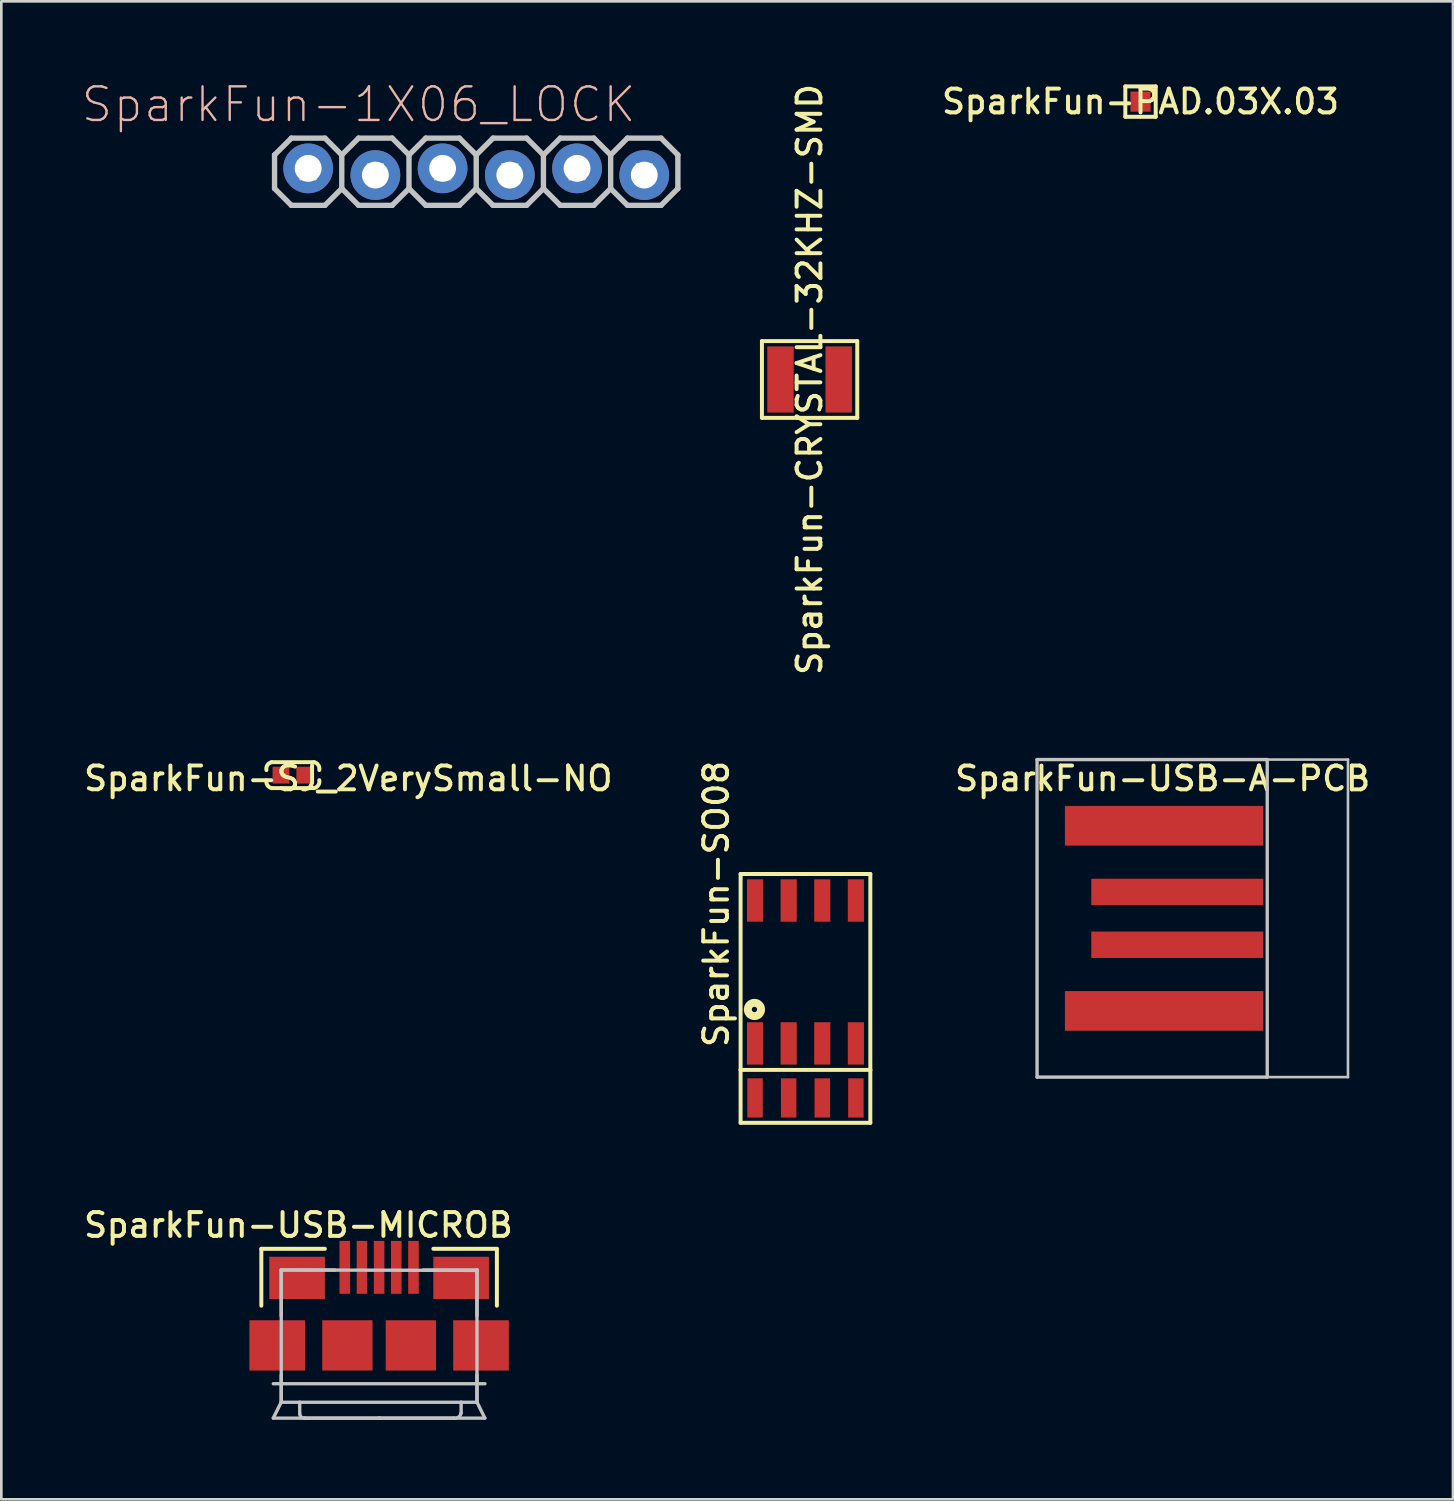
<source format=kicad_pcb>
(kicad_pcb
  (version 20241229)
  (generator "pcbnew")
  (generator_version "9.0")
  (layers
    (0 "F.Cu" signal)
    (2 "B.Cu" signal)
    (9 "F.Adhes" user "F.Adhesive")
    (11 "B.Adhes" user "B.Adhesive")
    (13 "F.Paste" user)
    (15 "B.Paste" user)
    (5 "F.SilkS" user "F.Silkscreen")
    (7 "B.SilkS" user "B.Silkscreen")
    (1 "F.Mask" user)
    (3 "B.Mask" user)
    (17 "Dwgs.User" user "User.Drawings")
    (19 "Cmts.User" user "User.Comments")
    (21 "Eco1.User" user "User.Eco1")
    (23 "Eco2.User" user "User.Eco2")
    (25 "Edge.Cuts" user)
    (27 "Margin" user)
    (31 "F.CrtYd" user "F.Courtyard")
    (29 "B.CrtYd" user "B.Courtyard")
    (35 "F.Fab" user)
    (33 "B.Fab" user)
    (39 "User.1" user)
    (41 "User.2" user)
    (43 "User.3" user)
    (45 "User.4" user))
  (footprint "SparkFun-USB-A-PCB"
    (layer "F.Cu")
    (at 41.135 31.65)
    (property "Reference" "SparkFun-USB-A-PCB" (at -0.254 -5.283 0) (layer "F.SilkS") (effects (font (size 0.899 0.899) (thickness 0.15))))
    (attr exclude_from_pos_files exclude_from_bom)
    (fp_line (start -4.999 -5.999) (end 3.698 -5.999) (stroke (width 0.127) (type solid)) (layer "Dwgs.User"))
    (fp_line (start -4.999 5.999) (end -4.999 -5.999) (stroke (width 0.127) (type solid)) (layer "Dwgs.User"))
    (fp_line (start 3.698 -5.999) (end 3.698 5.999) (stroke (width 0.127) (type solid)) (layer "Dwgs.User"))
    (fp_line (start 3.698 5.999) (end -4.999 5.999) (stroke (width 0.127) (type solid)) (layer "Dwgs.User"))
    (fp_line (start 3.749 5.999) (end 6.749 5.999) (stroke (width 0.099) (type solid)) (layer "Dwgs.User"))
    (fp_line (start 6.749 -5.999) (end 3.749 -5.999) (stroke (width 0.099) (type solid)) (layer "Dwgs.User"))
    (fp_line (start 6.749 5.999) (end 6.749 -5.999) (stroke (width 0.099) (type solid)) (layer "Dwgs.User"))
    (pad "1" smd rect (at -0.198 3.498) (size 7.498 1.499) (layers "F.Cu" "F.Mask" "F.Paste"))
    (pad "2" smd rect (at 0.3 0.998) (size 6.5 0.998) (layers "F.Cu" "F.Mask" "F.Paste"))
    (pad "3" smd rect (at 0.3 -0.998) (size 6.5 0.998) (layers "F.Cu" "F.Mask" "F.Paste"))
    (pad "4" smd rect (at -0.198 -3.498) (size 7.498 1.499) (layers "F.Cu" "F.Mask" "F.Paste")))
  (footprint "SparkFun-USB-MICROB"
    (layer "F.Cu")
    (at 11.275 47.787)
    (property "Reference" "SparkFun-USB-MICROB" (at -3.048 -4.547 0) (layer "F.SilkS") (effects (font (size 0.899 0.899) (thickness 0.15))))
    (attr smd)
    (fp_line (start -4.45 -3.65) (end -4.45 -1.501) (stroke (width 0.15) (type solid)) (layer "F.SilkS"))
    (fp_line (start -2.05 -3.65) (end -4.45 -3.65) (stroke (width 0.15) (type solid)) (layer "F.SilkS"))
    (fp_line (start 2.05 -3.65) (end 4.45 -3.65) (stroke (width 0.15) (type solid)) (layer "F.SilkS"))
    (fp_line (start 4.45 -3.65) (end 4.45 -1.501) (stroke (width 0.15) (type solid)) (layer "F.SilkS"))
    (fp_line (start -3.998 1.448) (end 3.998 1.448) (stroke (width 0.127) (type solid)) (layer "Dwgs.User"))
    (fp_line (start -3.998 2.748) (end 3.998 2.748) (stroke (width 0.127) (type solid)) (layer "Dwgs.User"))
    (fp_line (start -3.698 -2.85) (end -3.698 -1.115) (stroke (width 0.127) (type solid)) (layer "Dwgs.User"))
    (fp_line (start -3.698 -2.85) (end -1.669 -2.85) (stroke (width 0.127) (type solid)) (layer "Dwgs.User"))
    (fp_line (start -3.698 -2.85) (end 3.698 -2.835) (stroke (width 0.127) (type solid)) (layer "Dwgs.User"))
    (fp_line (start -3.698 2.149) (end -3.698 -2.85) (stroke (width 0.127) (type solid)) (layer "Dwgs.User"))
    (fp_line (start -3.698 2.149) (end -3.698 1.118) (stroke (width 0.127) (type solid)) (layer "Dwgs.User"))
    (fp_line (start -3.683 2.113) (end -3.998 2.743) (stroke (width 0.127) (type solid)) (layer "Dwgs.User"))
    (fp_line (start -3 2.149) (end -3.698 2.149) (stroke (width 0.127) (type solid)) (layer "Dwgs.User"))
    (fp_line (start -3 2.149) (end -3 2.583) (stroke (width 0.127) (type solid)) (layer "Dwgs.User"))
    (fp_line (start -2.819 2.748) (end 0 2.748) (stroke (width 0.127) (type solid)) (layer "Dwgs.User"))
    (fp_line (start 2.819 2.748) (end 0 2.748) (stroke (width 0.127) (type solid)) (layer "Dwgs.User"))
    (fp_line (start 3.099 2.149) (end -3 2.149) (stroke (width 0.127) (type solid)) (layer "Dwgs.User"))
    (fp_line (start 3.099 2.149) (end 3.099 2.553) (stroke (width 0.127) (type solid)) (layer "Dwgs.User"))
    (fp_line (start 3.688 2.123) (end 3.993 2.743) (stroke (width 0.127) (type solid)) (layer "Dwgs.User"))
    (fp_line (start 3.698 -2.85) (end 1.669 -2.85) (stroke (width 0.127) (type solid)) (layer "Dwgs.User"))
    (fp_line (start 3.698 -2.85) (end 3.698 -1.12) (stroke (width 0.127) (type solid)) (layer "Dwgs.User"))
    (fp_line (start 3.698 2.149) (end 3.099 2.149) (stroke (width 0.127) (type solid)) (layer "Dwgs.User"))
    (fp_line (start 3.698 2.149) (end 3.698 -2.85) (stroke (width 0.127) (type solid)) (layer "Dwgs.User"))
    (fp_line (start 3.698 2.149) (end 3.698 1.118) (stroke (width 0.127) (type solid)) (layer "Dwgs.User"))
    (fp_line (start 3.708 -2.85) (end 3.698 -2.85) (stroke (width 0.127) (type solid)) (layer "Dwgs.User"))
    (fp_line (start 3.708 2.144) (end 3.698 2.149) (stroke (width 0.127) (type solid)) (layer "Dwgs.User"))
    (fp_arc (start -2.8194 2.74828) (mid -2.943763 2.70308) (end -2.99974 2.58318) (stroke (width 0.127) (type solid)) (layer "Dwgs.User"))
    (fp_arc (start 0.02286 2.7432) (mid 0.011212 2.751001) (end -0.00254 2.74828) (stroke (width 0.127) (type solid)) (layer "Dwgs.User"))
    (fp_arc (start 3.0988 2.5527) (mid 3.000132 2.709626) (end 2.8194 2.75082) (stroke (width 0.127) (type solid)) (layer "Dwgs.User"))
    (pad "" smd rect (at -3.851 0) (size 2.101 1.9) (layers "F.Cu" "F.Mask" "F.Paste"))
    (pad "" smd rect (at -3.099 -2.55) (size 2.101 1.6) (layers "F.Cu" "F.Mask" "F.Paste"))
    (pad "" smd rect (at -1.199 0) (size 1.9 1.9) (layers "F.Cu" "F.Mask" "F.Paste"))
    (pad "" smd rect (at 1.199 0) (size 1.9 1.9) (layers "F.Cu" "F.Mask" "F.Paste"))
    (pad "" smd rect (at 3.099 -2.55) (size 2.101 1.6) (layers "F.Cu" "F.Mask" "F.Paste"))
    (pad "" smd rect (at 3.851 0) (size 2.101 1.9) (layers "F.Cu" "F.Mask" "F.Paste"))
    (pad "1" smd rect (at -1.298 -2.949) (size 0.399 1.999) (layers "F.Cu" "F.Mask" "F.Paste"))
    (pad "2" smd rect (at -0.648 -2.949) (size 0.399 1.999) (layers "F.Cu" "F.Mask" "F.Paste"))
    (pad "3" smd rect (at 0 -2.949) (size 0.399 1.999) (layers "F.Cu" "F.Mask" "F.Paste"))
    (pad "4" smd rect (at 0.648 -2.949) (size 0.399 1.999) (layers "F.Cu" "F.Mask" "F.Paste"))
    (pad "5" smd rect (at 1.298 -2.949) (size 0.399 1.999) (layers "F.Cu" "F.Mask" "F.Paste")))
  (footprint "SparkFun-SJ_2VerySmall-NO"
    (layer "F.Cu")
    (at 8.016 26.239)
    (property "Reference" "SparkFun-SJ_2VerySmall-NO" (at 2.095 0.127 0) (layer "F.SilkS") (effects (font (size 0.899 0.899) (thickness 0.15))))
    (attr smd)
    (fp_line (start -0.798 -0.49) (end 0.798 -0.49) (stroke (width 0.15) (type solid)) (layer "F.SilkS"))
    (fp_line (start 0.798 0.49) (end -0.798 0.49) (stroke (width 0.15) (type solid)) (layer "F.SilkS"))
    (fp_arc (start -0.99822 -0.1905) (mid -0.961234 -0.381392) (end -0.8001 -0.49022) (stroke (width 0.14986) (type solid)) (layer "F.SilkS"))
    (fp_arc (start -0.79756 0.49022) (mid -0.959438 0.383188) (end -0.99822 0.19304) (stroke (width 0.14986) (type solid)) (layer "F.SilkS"))
    (fp_arc (start 0.79756 -0.49022) (mid 0.959438 -0.383188) (end 0.99822 -0.19304) (stroke (width 0.14986) (type solid)) (layer "F.SilkS"))
    (fp_arc (start 0.99822 0.1905) (mid 0.961234 0.381392) (end 0.8001 0.49022) (stroke (width 0.14986) (type solid)) (layer "F.SilkS"))
    (pad "" connect rect (at 0 0) (size 0.399 0.635) (layers "F.Mask"))
    (pad "1" smd rect (at -0.45 0) (size 0.635 0.635) (layers "F.Cu" "F.Mask"))
    (pad "2" smd rect (at 0.45 0) (size 0.635 0.635) (layers "F.Cu" "F.Mask")))
  (footprint "SparkFun-PAD.03X.03"
    (layer "F.Cu")
    (at 40.045 0.789)
    (property "Reference" "SparkFun-PAD.03X.03" (at 0 0 0) (layer "F.SilkS") (effects (font (size 0.899 0.899) (thickness 0.15))))
    (attr smd)
    (fp_line (start -0.574 -0.574) (end 0.574 -0.574) (stroke (width 0.15) (type solid)) (layer "F.SilkS"))
    (fp_line (start -0.574 0.574) (end -0.574 -0.574) (stroke (width 0.15) (type solid)) (layer "F.SilkS"))
    (fp_line (start 0.574 -0.574) (end 0.574 0.574) (stroke (width 0.15) (type solid)) (layer "F.SilkS"))
    (fp_line (start 0.574 0.574) (end -0.574 0.574) (stroke (width 0.15) (type solid)) (layer "F.SilkS"))
    (pad "1" smd rect (at 0 0) (size 0.762 0.762) (layers "F.Cu" "F.Mask" "F.Paste")))
  (footprint "SparkFun-CRYSTAL-32KHZ-SMD"
    (layer "F.Cu")
    (at 27.541 11.289)
    (property "Reference" "SparkFun-CRYSTAL-32KHZ-SMD" (at 0 0 270) (layer "F.SilkS") (effects (font (size 0.899 0.899) (thickness 0.15))))
    (attr smd)
    (fp_line (start -1.801 -1.45) (end 1.801 -1.45) (stroke (width 0.15) (type solid)) (layer "F.SilkS"))
    (fp_line (start -1.801 1.45) (end -1.801 -1.45) (stroke (width 0.15) (type solid)) (layer "F.SilkS"))
    (fp_line (start 1.801 -1.45) (end 1.801 1.45) (stroke (width 0.15) (type solid)) (layer "F.SilkS"))
    (fp_line (start 1.801 1.45) (end -1.801 1.45) (stroke (width 0.15) (type solid)) (layer "F.SilkS"))
    (pad "X1" smd rect (at -1.1 0) (size 0.998 2.499) (layers "F.Cu" "F.Mask" "F.Paste"))
    (pad "X2" smd rect (at 1.1 0) (size 0.998 2.499) (layers "F.Cu" "F.Mask" "F.Paste")))
  (footprint "SparkFun-1X06_LOCK"
    (layer "F.Cu")
    (at 8.594 3.312)
    (property "Reference" "SparkFun-1X06_LOCK" (at 1.905 -2.413 0) (layer "B.SilkS") (effects (font (size 1.27 1.27) (thickness 0.089))))
    (attr exclude_from_pos_files exclude_from_bom)
    (fp_line (start -1.27 -0.508) (end -0.635 -1.143) (stroke (width 0.203) (type solid)) (layer "Dwgs.User"))
    (fp_line (start -1.27 0.762) (end -1.27 -0.508) (stroke (width 0.203) (type solid)) (layer "Dwgs.User"))
    (fp_line (start -0.635 -1.143) (end 0.635 -1.143) (stroke (width 0.203) (type solid)) (layer "Dwgs.User"))
    (fp_line (start -0.635 1.397) (end -1.27 0.762) (stroke (width 0.203) (type solid)) (layer "Dwgs.User"))
    (fp_line (start -0.292 -0.165) (end 0.292 -0.165) (stroke (width 0.066) (type solid)) (layer "Dwgs.User"))
    (fp_line (start -0.292 0.419) (end -0.292 -0.165) (stroke (width 0.066) (type solid)) (layer "Dwgs.User"))
    (fp_line (start -0.292 0.419) (end 0.292 0.419) (stroke (width 0.066) (type solid)) (layer "Dwgs.User"))
    (fp_line (start 0.292 0.419) (end 0.292 -0.165) (stroke (width 0.066) (type solid)) (layer "Dwgs.User"))
    (fp_line (start 0.635 -1.143) (end 1.27 -0.508) (stroke (width 0.203) (type solid)) (layer "Dwgs.User"))
    (fp_line (start 0.635 1.397) (end -0.635 1.397) (stroke (width 0.203) (type solid)) (layer "Dwgs.User"))
    (fp_line (start 1.27 -0.508) (end 1.27 0.762) (stroke (width 0.203) (type solid)) (layer "Dwgs.User"))
    (fp_line (start 1.27 -0.508) (end 1.905 -1.143) (stroke (width 0.203) (type solid)) (layer "Dwgs.User"))
    (fp_line (start 1.27 0.762) (end 0.635 1.397) (stroke (width 0.203) (type solid)) (layer "Dwgs.User"))
    (fp_line (start 1.905 -1.143) (end 3.175 -1.143) (stroke (width 0.203) (type solid)) (layer "Dwgs.User"))
    (fp_line (start 1.905 1.397) (end 1.27 0.762) (stroke (width 0.203) (type solid)) (layer "Dwgs.User"))
    (fp_line (start 2.248 -0.165) (end 2.832 -0.165) (stroke (width 0.066) (type solid)) (layer "Dwgs.User"))
    (fp_line (start 2.248 0.419) (end 2.248 -0.165) (stroke (width 0.066) (type solid)) (layer "Dwgs.User"))
    (fp_line (start 2.248 0.419) (end 2.832 0.419) (stroke (width 0.066) (type solid)) (layer "Dwgs.User"))
    (fp_line (start 2.832 0.419) (end 2.832 -0.165) (stroke (width 0.066) (type solid)) (layer "Dwgs.User"))
    (fp_line (start 3.175 -1.143) (end 3.81 -0.508) (stroke (width 0.203) (type solid)) (layer "Dwgs.User"))
    (fp_line (start 3.175 1.397) (end 1.905 1.397) (stroke (width 0.203) (type solid)) (layer "Dwgs.User"))
    (fp_line (start 3.81 -0.508) (end 3.81 0.762) (stroke (width 0.203) (type solid)) (layer "Dwgs.User"))
    (fp_line (start 3.81 -0.508) (end 4.445 -1.143) (stroke (width 0.203) (type solid)) (layer "Dwgs.User"))
    (fp_line (start 3.81 0.762) (end 3.175 1.397) (stroke (width 0.203) (type solid)) (layer "Dwgs.User"))
    (fp_line (start 4.445 -1.143) (end 5.715 -1.143) (stroke (width 0.203) (type solid)) (layer "Dwgs.User"))
    (fp_line (start 4.445 1.397) (end 3.81 0.762) (stroke (width 0.203) (type solid)) (layer "Dwgs.User"))
    (fp_line (start 4.788 -0.165) (end 5.372 -0.165) (stroke (width 0.066) (type solid)) (layer "Dwgs.User"))
    (fp_line (start 4.788 0.419) (end 4.788 -0.165) (stroke (width 0.066) (type solid)) (layer "Dwgs.User"))
    (fp_line (start 4.788 0.419) (end 5.372 0.419) (stroke (width 0.066) (type solid)) (layer "Dwgs.User"))
    (fp_line (start 5.372 0.419) (end 5.372 -0.165) (stroke (width 0.066) (type solid)) (layer "Dwgs.User"))
    (fp_line (start 5.715 -1.143) (end 6.35 -0.508) (stroke (width 0.203) (type solid)) (layer "Dwgs.User"))
    (fp_line (start 5.715 1.397) (end 4.445 1.397) (stroke (width 0.203) (type solid)) (layer "Dwgs.User"))
    (fp_line (start 6.35 -0.508) (end 6.35 0.762) (stroke (width 0.203) (type solid)) (layer "Dwgs.User"))
    (fp_line (start 6.35 -0.508) (end 6.985 -1.143) (stroke (width 0.203) (type solid)) (layer "Dwgs.User"))
    (fp_line (start 6.35 0.762) (end 5.715 1.397) (stroke (width 0.203) (type solid)) (layer "Dwgs.User"))
    (fp_line (start 6.985 -1.143) (end 8.255 -1.143) (stroke (width 0.203) (type solid)) (layer "Dwgs.User"))
    (fp_line (start 6.985 1.397) (end 6.35 0.762) (stroke (width 0.203) (type solid)) (layer "Dwgs.User"))
    (fp_line (start 7.328 -0.165) (end 7.912 -0.165) (stroke (width 0.066) (type solid)) (layer "Dwgs.User"))
    (fp_line (start 7.328 0.419) (end 7.328 -0.165) (stroke (width 0.066) (type solid)) (layer "Dwgs.User"))
    (fp_line (start 7.328 0.419) (end 7.912 0.419) (stroke (width 0.066) (type solid)) (layer "Dwgs.User"))
    (fp_line (start 7.912 0.419) (end 7.912 -0.165) (stroke (width 0.066) (type solid)) (layer "Dwgs.User"))
    (fp_line (start 8.255 -1.143) (end 8.89 -0.508) (stroke (width 0.203) (type solid)) (layer "Dwgs.User"))
    (fp_line (start 8.255 1.397) (end 6.985 1.397) (stroke (width 0.203) (type solid)) (layer "Dwgs.User"))
    (fp_line (start 8.89 -0.508) (end 8.89 0.762) (stroke (width 0.203) (type solid)) (layer "Dwgs.User"))
    (fp_line (start 8.89 -0.508) (end 9.525 -1.143) (stroke (width 0.203) (type solid)) (layer "Dwgs.User"))
    (fp_line (start 8.89 0.762) (end 8.255 1.397) (stroke (width 0.203) (type solid)) (layer "Dwgs.User"))
    (fp_line (start 9.525 -1.143) (end 10.795 -1.143) (stroke (width 0.203) (type solid)) (layer "Dwgs.User"))
    (fp_line (start 9.525 1.397) (end 8.89 0.762) (stroke (width 0.203) (type solid)) (layer "Dwgs.User"))
    (fp_line (start 9.868 -0.165) (end 10.452 -0.165) (stroke (width 0.066) (type solid)) (layer "Dwgs.User"))
    (fp_line (start 9.868 0.419) (end 9.868 -0.165) (stroke (width 0.066) (type solid)) (layer "Dwgs.User"))
    (fp_line (start 9.868 0.419) (end 10.452 0.419) (stroke (width 0.066) (type solid)) (layer "Dwgs.User"))
    (fp_line (start 10.452 0.419) (end 10.452 -0.165) (stroke (width 0.066) (type solid)) (layer "Dwgs.User"))
    (fp_line (start 10.795 -1.143) (end 11.43 -0.508) (stroke (width 0.203) (type solid)) (layer "Dwgs.User"))
    (fp_line (start 10.795 1.397) (end 9.525 1.397) (stroke (width 0.203) (type solid)) (layer "Dwgs.User"))
    (fp_line (start 11.43 -0.508) (end 11.43 0.762) (stroke (width 0.203) (type solid)) (layer "Dwgs.User"))
    (fp_line (start 11.43 -0.508) (end 12.065 -1.143) (stroke (width 0.203) (type solid)) (layer "Dwgs.User"))
    (fp_line (start 11.43 0.762) (end 10.795 1.397) (stroke (width 0.203) (type solid)) (layer "Dwgs.User"))
    (fp_line (start 12.065 -1.143) (end 13.335 -1.143) (stroke (width 0.203) (type solid)) (layer "Dwgs.User"))
    (fp_line (start 12.065 1.397) (end 11.43 0.762) (stroke (width 0.203) (type solid)) (layer "Dwgs.User"))
    (fp_line (start 12.408 -0.165) (end 12.992 -0.165) (stroke (width 0.066) (type solid)) (layer "Dwgs.User"))
    (fp_line (start 12.408 0.419) (end 12.408 -0.165) (stroke (width 0.066) (type solid)) (layer "Dwgs.User"))
    (fp_line (start 12.408 0.419) (end 12.992 0.419) (stroke (width 0.066) (type solid)) (layer "Dwgs.User"))
    (fp_line (start 12.992 0.419) (end 12.992 -0.165) (stroke (width 0.066) (type solid)) (layer "Dwgs.User"))
    (fp_line (start 13.335 -1.143) (end 13.97 -0.508) (stroke (width 0.203) (type solid)) (layer "Dwgs.User"))
    (fp_line (start 13.335 1.397) (end 12.065 1.397) (stroke (width 0.203) (type solid)) (layer "Dwgs.User"))
    (fp_line (start 13.97 -0.508) (end 13.97 0.762) (stroke (width 0.203) (type solid)) (layer "Dwgs.User"))
    (fp_line (start 13.97 0.762) (end 13.335 1.397) (stroke (width 0.203) (type solid)) (layer "Dwgs.User"))
    (pad "1" thru_hole circle (at 0 0) (size 1.88 1.88) (drill 1.016) (layers "*.Cu" "*.Mask"))
    (pad "2" thru_hole circle (at 2.54 0.254) (size 1.88 1.88) (drill 1.016) (layers "*.Cu" "*.Mask"))
    (pad "3" thru_hole circle (at 5.08 0) (size 1.88 1.88) (drill 1.016) (layers "*.Cu" "*.Mask"))
    (pad "4" thru_hole circle (at 7.62 0.254) (size 1.88 1.88) (drill 1.016) (layers "*.Cu" "*.Mask"))
    (pad "5" thru_hole circle (at 10.16 0) (size 1.88 1.88) (drill 1.016) (layers "*.Cu" "*.Mask"))
    (pad "6" thru_hole circle (at 12.7 0.254) (size 1.88 1.88) (drill 1.016) (layers "*.Cu" "*.Mask")))
  (footprint "SparkFun-SO08"
    (layer "F.Cu")
    (at 27.385 33.676)
    (property "Reference" "SparkFun-SO08" (at -3.373 -2.569 90) (layer "F.SilkS") (effects (font (size 0.899 0.899) (thickness 0.15))))
    (attr smd)
    (fp_line (start -2.451 -3.701) (end 2.451 -3.701) (stroke (width 0.15) (type solid)) (layer "F.SilkS"))
    (fp_line (start -2.451 3.701) (end -2.451 -3.701) (stroke (width 0.15) (type solid)) (layer "F.SilkS"))
    (fp_line (start -2.451 3.701) (end -2.451 5.7) (stroke (width 0.15) (type solid)) (layer "F.SilkS"))
    (fp_line (start -2.451 5.7) (end 2.451 5.7) (stroke (width 0.15) (type solid)) (layer "F.SilkS"))
    (fp_line (start 2.451 -3.701) (end 2.451 3.701) (stroke (width 0.15) (type solid)) (layer "F.SilkS"))
    (fp_line (start 2.451 3.701) (end -2.451 3.701) (stroke (width 0.15) (type solid)) (layer "F.SilkS"))
    (fp_line (start 2.451 5.7) (end 2.451 3.701) (stroke (width 0.15) (type solid)) (layer "F.SilkS"))
    (fp_circle (center -1.928 1.417) (end -1.999 1.488) (stroke (width 0.3) (type solid)) (fill no) (layer "F.SilkS"))
    (pad "1" smd rect (at -1.905 2.7) (size 0.61 1.6) (layers "F.Cu" "F.Mask" "F.Paste"))
    (pad "1" smd rect (at -1.905 4.76) (size 0.584 1.481) (layers "F.Cu" "F.Mask" "F.Paste"))
    (pad "2" smd rect (at -0.635 2.7) (size 0.61 1.6) (layers "F.Cu" "F.Mask" "F.Paste"))
    (pad "2" smd rect (at -0.635 4.76) (size 0.584 1.481) (layers "F.Cu" "F.Mask" "F.Paste"))
    (pad "3" smd rect (at 0.635 2.7) (size 0.61 1.6) (layers "F.Cu" "F.Mask" "F.Paste"))
    (pad "3" smd rect (at 0.635 4.76) (size 0.584 1.481) (layers "F.Cu" "F.Mask" "F.Paste"))
    (pad "4" smd rect (at 1.905 2.7) (size 0.61 1.6) (layers "F.Cu" "F.Mask" "F.Paste"))
    (pad "4" smd rect (at 1.905 4.76) (size 0.584 1.481) (layers "F.Cu" "F.Mask" "F.Paste"))
    (pad "5" smd rect (at 1.905 -2.7) (size 0.61 1.6) (layers "F.Cu" "F.Mask" "F.Paste"))
    (pad "6" smd rect (at 0.635 -2.7) (size 0.61 1.6) (layers "F.Cu" "F.Mask" "F.Paste"))
    (pad "7" smd rect (at -0.635 -2.7) (size 0.61 1.6) (layers "F.Cu" "F.Mask" "F.Paste"))
    (pad "8" smd rect (at -1.905 -2.7) (size 0.61 1.6) (layers "F.Cu" "F.Mask" "F.Paste")))
  (gr_rect
    (start -3 -3)
    (end 51.851 53.604)
    (stroke (width 0.1) (type default))
    (fill no)
    (layer "Edge.Cuts")))
</source>
